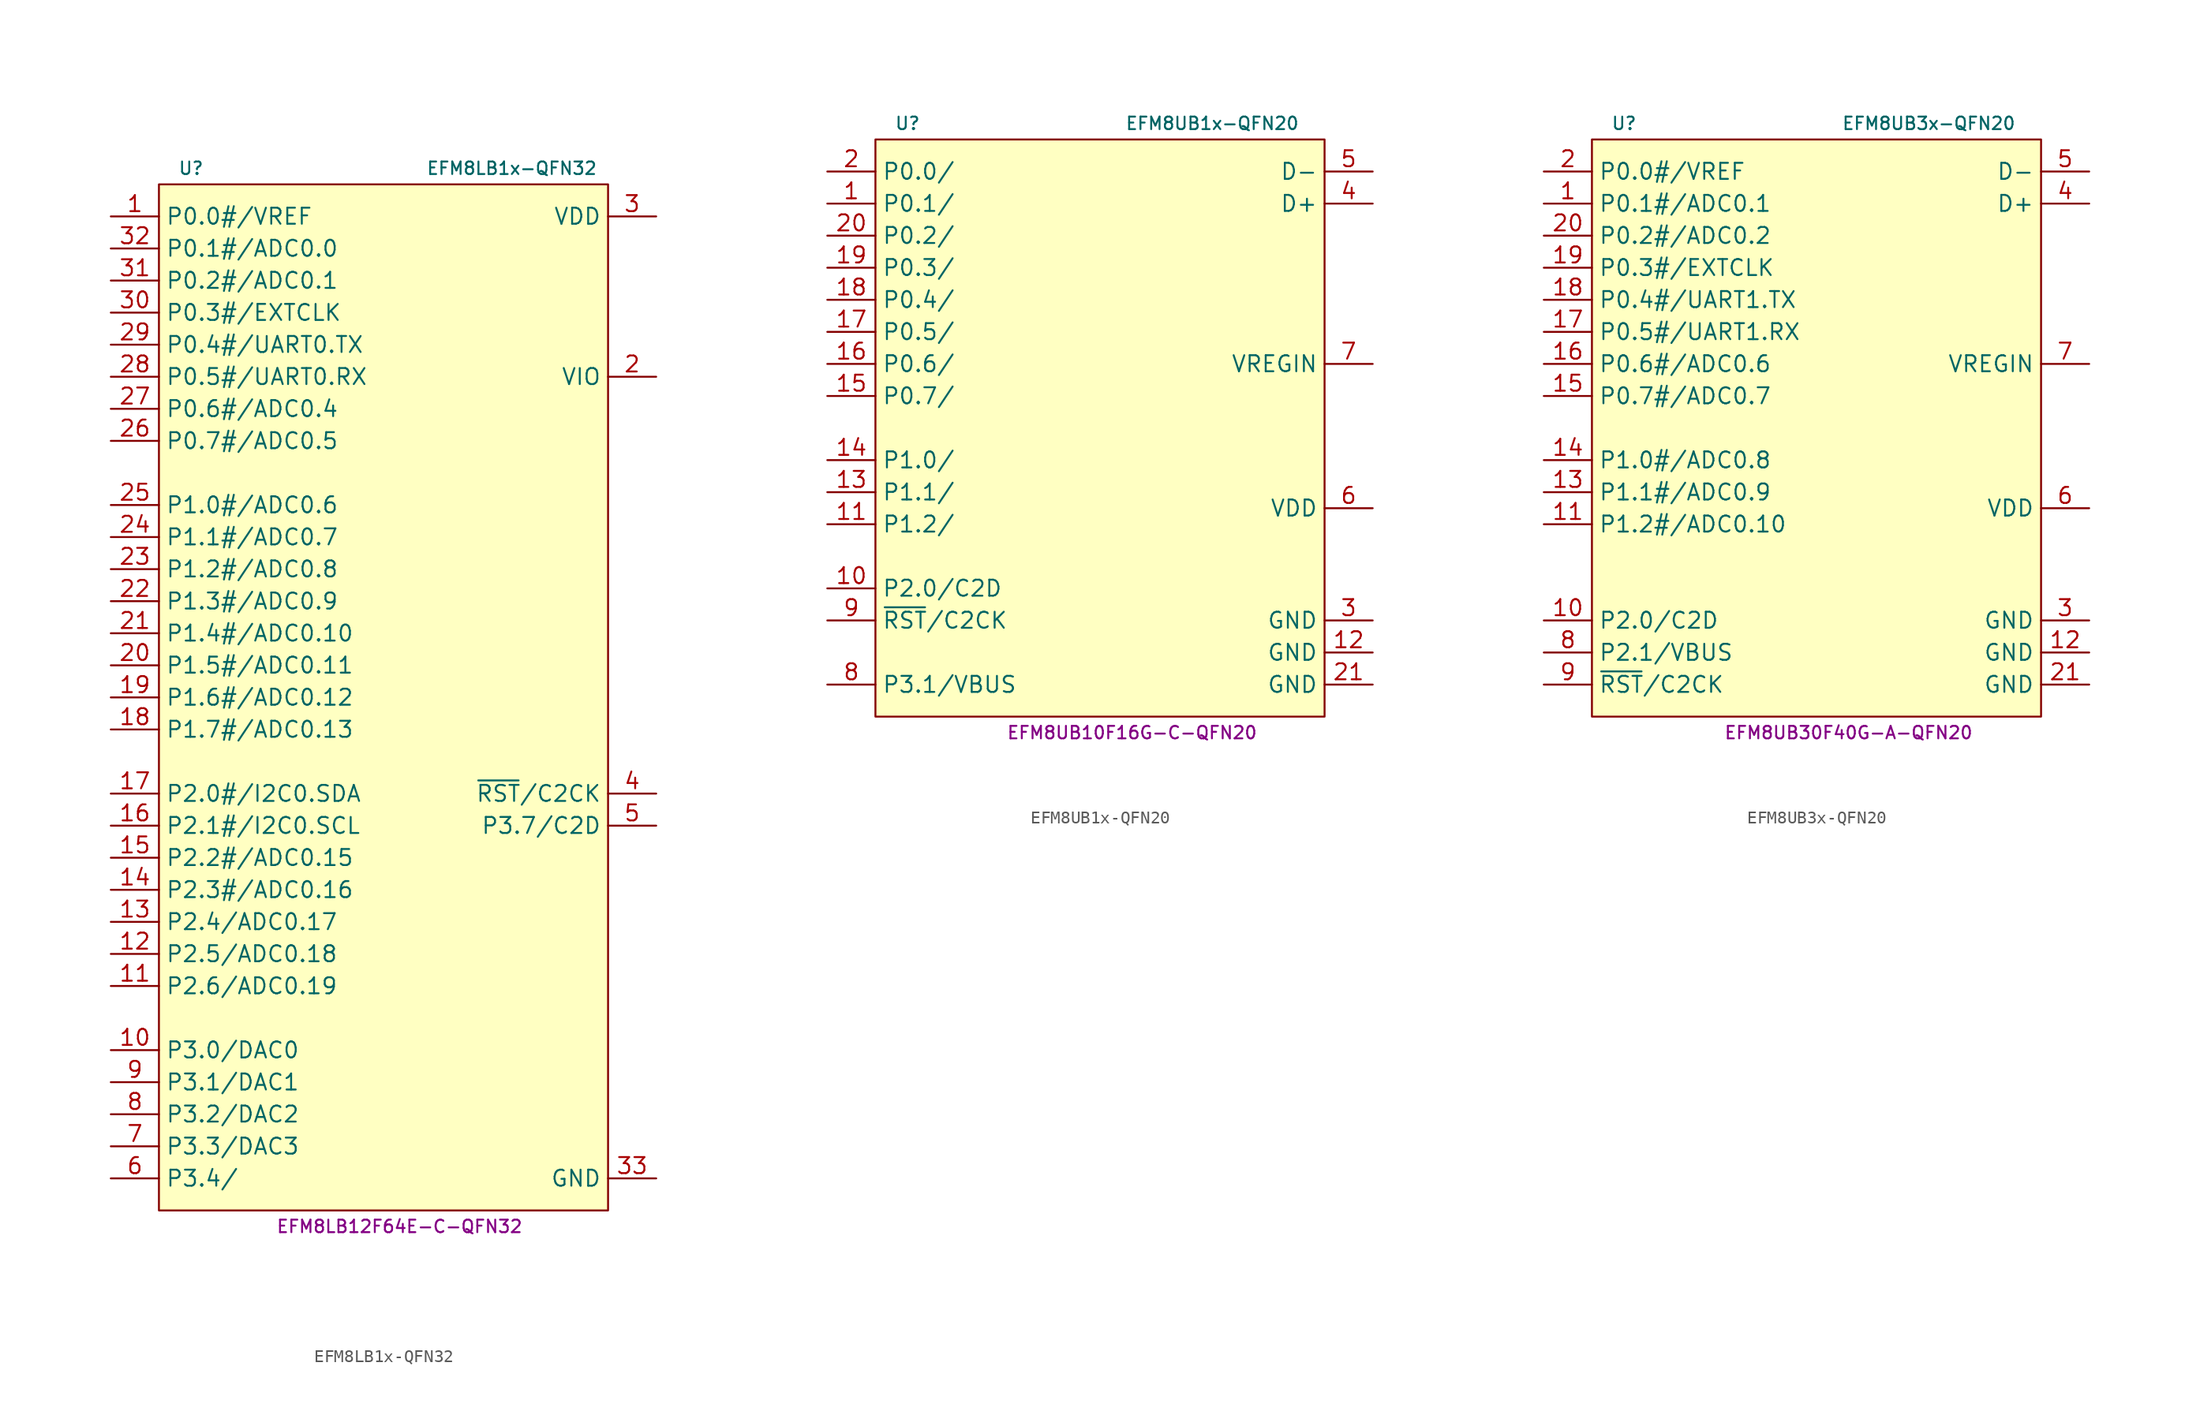
<source format=kicad_sym>
(kicad_symbol_lib
  (version 20231120)
  (generator "kicad_symbol_editor")
  (generator_version "8.0")
  (symbol "EFM8LB1x-QFN32"
    (property "Reference" "U"
      (at -13.97 41.91 0)
      (effects (font (size 0.991 0.991))))
    (property "Value" "EFM8LB1x-QFN32"
      (at 11.43 41.91 0)
      (effects (font (size 0.991 0.991))))
    (property "MPN" "EFM8LB12F64E-C-QFN32"
      (at 2.54 -41.91 0)
      (effects (font (size 0.991 0.991))))
    (symbol "EFM8LB1x-QFN32_0_1"
      (rectangle (start -16.51 40.64) (end 19.05 -40.64) (stroke (width 0) (type default)) (fill (type background))))
    (symbol "EFM8LB1x-QFN32_1_1"
      (pin bidirectional line (at -20.32 38.1 0) (length 3.81) (name "P0.0#/VREF" (effects (font (size 1.27 1.27)))) (number "1" (effects (font (size 1.27 1.27)))))
      (pin bidirectional line (at -20.32 -27.94 0) (length 3.81) (name "P3.0/DAC0" (effects (font (size 1.27 1.27)))) (number "10" (effects (font (size 1.27 1.27)))))
      (pin bidirectional line (at -20.32 -22.86 0) (length 3.81) (name "P2.6/ADC0.19" (effects (font (size 1.27 1.27)))) (number "11" (effects (font (size 1.27 1.27)))))
      (pin bidirectional line (at -20.32 -20.32 0) (length 3.81) (name "P2.5/ADC0.18" (effects (font (size 1.27 1.27)))) (number "12" (effects (font (size 1.27 1.27)))))
      (pin bidirectional line (at -20.32 -17.78 0) (length 3.81) (name "P2.4/ADC0.17" (effects (font (size 1.27 1.27)))) (number "13" (effects (font (size 1.27 1.27)))))
      (pin bidirectional line (at -20.32 -15.24 0) (length 3.81) (name "P2.3#/ADC0.16" (effects (font (size 1.27 1.27)))) (number "14" (effects (font (size 1.27 1.27)))))
      (pin bidirectional line (at -20.32 -12.7 0) (length 3.81) (name "P2.2#/ADC0.15" (effects (font (size 1.27 1.27)))) (number "15" (effects (font (size 1.27 1.27)))))
      (pin bidirectional line (at -20.32 -10.16 0) (length 3.81) (name "P2.1#/I2C0.SCL" (effects (font (size 1.27 1.27)))) (number "16" (effects (font (size 1.27 1.27)))))
      (pin bidirectional line (at -20.32 -7.62 0) (length 3.81) (name "P2.0#/I2C0.SDA" (effects (font (size 1.27 1.27)))) (number "17" (effects (font (size 1.27 1.27)))))
      (pin bidirectional line (at -20.32 -2.54 0) (length 3.81) (name "P1.7#/ADC0.13" (effects (font (size 1.27 1.27)))) (number "18" (effects (font (size 1.27 1.27)))))
      (pin bidirectional line (at -20.32 0 0) (length 3.81) (name "P1.6#/ADC0.12" (effects (font (size 1.27 1.27)))) (number "19" (effects (font (size 1.27 1.27)))))
      (pin power_in line (at 22.86 25.4 180) (length 3.81) (name "VIO" (effects (font (size 1.27 1.27)))) (number "2" (effects (font (size 1.27 1.27)))))
      (pin bidirectional line (at -20.32 2.54 0) (length 3.81) (name "P1.5#/ADC0.11" (effects (font (size 1.27 1.27)))) (number "20" (effects (font (size 1.27 1.27)))))
      (pin bidirectional line (at -20.32 5.08 0) (length 3.81) (name "P1.4#/ADC0.10" (effects (font (size 1.27 1.27)))) (number "21" (effects (font (size 1.27 1.27)))))
      (pin bidirectional line (at -20.32 7.62 0) (length 3.81) (name "P1.3#/ADC0.9" (effects (font (size 1.27 1.27)))) (number "22" (effects (font (size 1.27 1.27)))))
      (pin bidirectional line (at -20.32 10.16 0) (length 3.81) (name "P1.2#/ADC0.8" (effects (font (size 1.27 1.27)))) (number "23" (effects (font (size 1.27 1.27)))))
      (pin bidirectional line (at -20.32 12.7 0) (length 3.81) (name "P1.1#/ADC0.7" (effects (font (size 1.27 1.27)))) (number "24" (effects (font (size 1.27 1.27)))))
      (pin bidirectional line (at -20.32 15.24 0) (length 3.81) (name "P1.0#/ADC0.6" (effects (font (size 1.27 1.27)))) (number "25" (effects (font (size 1.27 1.27)))))
      (pin bidirectional line (at -20.32 20.32 0) (length 3.81) (name "P0.7#/ADC0.5" (effects (font (size 1.27 1.27)))) (number "26" (effects (font (size 1.27 1.27)))))
      (pin bidirectional line (at -20.32 22.86 0) (length 3.81) (name "P0.6#/ADC0.4" (effects (font (size 1.27 1.27)))) (number "27" (effects (font (size 1.27 1.27)))))
      (pin bidirectional line (at -20.32 25.4 0) (length 3.81) (name "P0.5#/UART0.RX" (effects (font (size 1.27 1.27)))) (number "28" (effects (font (size 1.27 1.27)))))
      (pin bidirectional line (at -20.32 27.94 0) (length 3.81) (name "P0.4#/UART0.TX" (effects (font (size 1.27 1.27)))) (number "29" (effects (font (size 1.27 1.27)))))
      (pin power_in line (at 22.86 38.1 180) (length 3.81) (name "VDD" (effects (font (size 1.27 1.27)))) (number "3" (effects (font (size 1.27 1.27)))))
      (pin bidirectional line (at -20.32 30.48 0) (length 3.81) (name "P0.3#/EXTCLK" (effects (font (size 1.27 1.27)))) (number "30" (effects (font (size 1.27 1.27)))))
      (pin bidirectional line (at -20.32 33.02 0) (length 3.81) (name "P0.2#/ADC0.1" (effects (font (size 1.27 1.27)))) (number "31" (effects (font (size 1.27 1.27)))))
      (pin bidirectional line (at -20.32 35.56 0) (length 3.81) (name "P0.1#/ADC0.0" (effects (font (size 1.27 1.27)))) (number "32" (effects (font (size 1.27 1.27)))))
      (pin power_in line (at 22.86 -38.1 180) (length 3.81) (name "GND" (effects (font (size 1.27 1.27)))) (number "33" (effects (font (size 1.27 1.27)))))
      (pin bidirectional line (at 22.86 -7.62 180) (length 3.81) (name "~{RST}/C2CK" (effects (font (size 1.27 1.27)))) (number "4" (effects (font (size 1.27 1.27)))))
      (pin bidirectional line (at 22.86 -10.16 180) (length 3.81) (name "P3.7/C2D" (effects (font (size 1.27 1.27)))) (number "5" (effects (font (size 1.27 1.27)))))
      (pin bidirectional line (at -20.32 -38.1 0) (length 3.81) (name "P3.4/" (effects (font (size 1.27 1.27)))) (number "6" (effects (font (size 1.27 1.27)))))
      (pin bidirectional line (at -20.32 -35.56 0) (length 3.81) (name "P3.3/DAC3" (effects (font (size 1.27 1.27)))) (number "7" (effects (font (size 1.27 1.27)))))
      (pin bidirectional line (at -20.32 -33.02 0) (length 3.81) (name "P3.2/DAC2" (effects (font (size 1.27 1.27)))) (number "8" (effects (font (size 1.27 1.27)))))
      (pin bidirectional line (at -20.32 -30.48 0) (length 3.81) (name "P3.1/DAC1" (effects (font (size 1.27 1.27)))) (number "9" (effects (font (size 1.27 1.27)))))))
  (symbol "EFM8UB1x-QFN20"
    (property "Reference" "U"
      (at -16.51 25.4 0)
      (effects (font (size 0.991 0.991))))
    (property "Value" "EFM8UB1x-QFN20"
      (at 7.62 25.4 0)
      (effects (font (size 0.991 0.991))))
    (property "MPN" "EFM8UB10F16G-C-QFN20"
      (at 1.27 -22.86 0)
      (effects (font (size 0.991 0.991))))
    (symbol "EFM8UB1x-QFN20_0_1"
      (rectangle (start -19.05 24.13) (end 16.51 -21.59) (stroke (width 0) (type default)) (fill (type background))))
    (symbol "EFM8UB1x-QFN20_1_1"
      (pin bidirectional line (at -22.86 19.05 0) (length 3.81) (name "P0.1/" (effects (font (size 1.27 1.27)))) (number "1" (effects (font (size 1.27 1.27)))))
      (pin bidirectional line (at -22.86 -11.43 0) (length 3.81) (name "P2.0/C2D" (effects (font (size 1.27 1.27)))) (number "10" (effects (font (size 1.27 1.27)))))
      (pin bidirectional line (at -22.86 -6.35 0) (length 3.81) (name "P1.2/" (effects (font (size 1.27 1.27)))) (number "11" (effects (font (size 1.27 1.27)))))
      (pin power_in line (at 20.32 -16.51 180) (length 3.81) (name "GND" (effects (font (size 1.27 1.27)))) (number "12" (effects (font (size 1.27 1.27)))))
      (pin bidirectional line (at -22.86 -3.81 0) (length 3.81) (name "P1.1/" (effects (font (size 1.27 1.27)))) (number "13" (effects (font (size 1.27 1.27)))))
      (pin bidirectional line (at -22.86 -1.27 0) (length 3.81) (name "P1.0/" (effects (font (size 1.27 1.27)))) (number "14" (effects (font (size 1.27 1.27)))))
      (pin bidirectional line (at -22.86 3.81 0) (length 3.81) (name "P0.7/" (effects (font (size 1.27 1.27)))) (number "15" (effects (font (size 1.27 1.27)))))
      (pin bidirectional line (at -22.86 6.35 0) (length 3.81) (name "P0.6/" (effects (font (size 1.27 1.27)))) (number "16" (effects (font (size 1.27 1.27)))))
      (pin bidirectional line (at -22.86 8.89 0) (length 3.81) (name "P0.5/" (effects (font (size 1.27 1.27)))) (number "17" (effects (font (size 1.27 1.27)))))
      (pin bidirectional line (at -22.86 11.43 0) (length 3.81) (name "P0.4/" (effects (font (size 1.27 1.27)))) (number "18" (effects (font (size 1.27 1.27)))))
      (pin bidirectional line (at -22.86 13.97 0) (length 3.81) (name "P0.3/" (effects (font (size 1.27 1.27)))) (number "19" (effects (font (size 1.27 1.27)))))
      (pin bidirectional line (at -22.86 21.59 0) (length 3.81) (name "P0.0/" (effects (font (size 1.27 1.27)))) (number "2" (effects (font (size 1.27 1.27)))))
      (pin bidirectional line (at -22.86 16.51 0) (length 3.81) (name "P0.2/" (effects (font (size 1.27 1.27)))) (number "20" (effects (font (size 1.27 1.27)))))
      (pin power_in line (at 20.32 -19.05 180) (length 3.81) (name "GND" (effects (font (size 1.27 1.27)))) (number "21" (effects (font (size 1.27 1.27)))))
      (pin power_in line (at 20.32 -13.97 180) (length 3.81) (name "GND" (effects (font (size 1.27 1.27)))) (number "3" (effects (font (size 1.27 1.27)))))
      (pin bidirectional line (at 20.32 19.05 180) (length 3.81) (name "D+" (effects (font (size 1.27 1.27)))) (number "4" (effects (font (size 1.27 1.27)))))
      (pin bidirectional line (at 20.32 21.59 180) (length 3.81) (name "D-" (effects (font (size 1.27 1.27)))) (number "5" (effects (font (size 1.27 1.27)))))
      (pin power_in line (at 20.32 -5.08 180) (length 3.81) (name "VDD" (effects (font (size 1.27 1.27)))) (number "6" (effects (font (size 1.27 1.27)))))
      (pin power_in line (at 20.32 6.35 180) (length 3.81) (name "VREGIN" (effects (font (size 1.27 1.27)))) (number "7" (effects (font (size 1.27 1.27)))))
      (pin bidirectional line (at -22.86 -19.05 0) (length 3.81) (name "P3.1/VBUS" (effects (font (size 1.27 1.27)))) (number "8" (effects (font (size 1.27 1.27)))))
      (pin bidirectional line (at -22.86 -13.97 0) (length 3.81) (name "~{RST}/C2CK" (effects (font (size 1.27 1.27)))) (number "9" (effects (font (size 1.27 1.27)))))))
  (symbol "EFM8UB3x-QFN20"
    (property "Reference" "U"
      (at -16.51 25.4 0)
      (effects (font (size 0.991 0.991))))
    (property "Value" "EFM8UB3x-QFN20"
      (at 7.62 25.4 0)
      (effects (font (size 0.991 0.991))))
    (property "MPN" "EFM8UB30F40G-A-QFN20"
      (at 1.27 -22.86 0)
      (effects (font (size 0.991 0.991))))
    (symbol "EFM8UB3x-QFN20_0_1"
      (rectangle (start -19.05 24.13) (end 16.51 -21.59) (stroke (width 0) (type default)) (fill (type background))))
    (symbol "EFM8UB3x-QFN20_1_1"
      (pin bidirectional line (at -22.86 19.05 0) (length 3.81) (name "P0.1#/ADC0.1" (effects (font (size 1.27 1.27)))) (number "1" (effects (font (size 1.27 1.27)))))
      (pin bidirectional line (at -22.86 -13.97 0) (length 3.81) (name "P2.0/C2D" (effects (font (size 1.27 1.27)))) (number "10" (effects (font (size 1.27 1.27)))))
      (pin bidirectional line (at -22.86 -6.35 0) (length 3.81) (name "P1.2#/ADC0.10" (effects (font (size 1.27 1.27)))) (number "11" (effects (font (size 1.27 1.27)))))
      (pin power_in line (at 20.32 -16.51 180) (length 3.81) (name "GND" (effects (font (size 1.27 1.27)))) (number "12" (effects (font (size 1.27 1.27)))))
      (pin bidirectional line (at -22.86 -3.81 0) (length 3.81) (name "P1.1#/ADC0.9" (effects (font (size 1.27 1.27)))) (number "13" (effects (font (size 1.27 1.27)))))
      (pin bidirectional line (at -22.86 -1.27 0) (length 3.81) (name "P1.0#/ADC0.8" (effects (font (size 1.27 1.27)))) (number "14" (effects (font (size 1.27 1.27)))))
      (pin bidirectional line (at -22.86 3.81 0) (length 3.81) (name "P0.7#/ADC0.7" (effects (font (size 1.27 1.27)))) (number "15" (effects (font (size 1.27 1.27)))))
      (pin bidirectional line (at -22.86 6.35 0) (length 3.81) (name "P0.6#/ADC0.6" (effects (font (size 1.27 1.27)))) (number "16" (effects (font (size 1.27 1.27)))))
      (pin bidirectional line (at -22.86 8.89 0) (length 3.81) (name "P0.5#/UART1.RX" (effects (font (size 1.27 1.27)))) (number "17" (effects (font (size 1.27 1.27)))))
      (pin bidirectional line (at -22.86 11.43 0) (length 3.81) (name "P0.4#/UART1.TX" (effects (font (size 1.27 1.27)))) (number "18" (effects (font (size 1.27 1.27)))))
      (pin bidirectional line (at -22.86 13.97 0) (length 3.81) (name "P0.3#/EXTCLK" (effects (font (size 1.27 1.27)))) (number "19" (effects (font (size 1.27 1.27)))))
      (pin bidirectional line (at -22.86 21.59 0) (length 3.81) (name "P0.0#/VREF" (effects (font (size 1.27 1.27)))) (number "2" (effects (font (size 1.27 1.27)))))
      (pin bidirectional line (at -22.86 16.51 0) (length 3.81) (name "P0.2#/ADC0.2" (effects (font (size 1.27 1.27)))) (number "20" (effects (font (size 1.27 1.27)))))
      (pin power_in line (at 20.32 -19.05 180) (length 3.81) (name "GND" (effects (font (size 1.27 1.27)))) (number "21" (effects (font (size 1.27 1.27)))))
      (pin power_in line (at 20.32 -13.97 180) (length 3.81) (name "GND" (effects (font (size 1.27 1.27)))) (number "3" (effects (font (size 1.27 1.27)))))
      (pin bidirectional line (at 20.32 19.05 180) (length 3.81) (name "D+" (effects (font (size 1.27 1.27)))) (number "4" (effects (font (size 1.27 1.27)))))
      (pin bidirectional line (at 20.32 21.59 180) (length 3.81) (name "D-" (effects (font (size 1.27 1.27)))) (number "5" (effects (font (size 1.27 1.27)))))
      (pin power_in line (at 20.32 -5.08 180) (length 3.81) (name "VDD" (effects (font (size 1.27 1.27)))) (number "6" (effects (font (size 1.27 1.27)))))
      (pin power_in line (at 20.32 6.35 180) (length 3.81) (name "VREGIN" (effects (font (size 1.27 1.27)))) (number "7" (effects (font (size 1.27 1.27)))))
      (pin bidirectional line (at -22.86 -16.51 0) (length 3.81) (name "P2.1/VBUS" (effects (font (size 1.27 1.27)))) (number "8" (effects (font (size 1.27 1.27)))))
      (pin input line (at -22.86 -19.05 0) (length 3.81) (name "~{RST}/C2CK" (effects (font (size 1.27 1.27)))) (number "9" (effects (font (size 1.27 1.27))))))))
</source>
